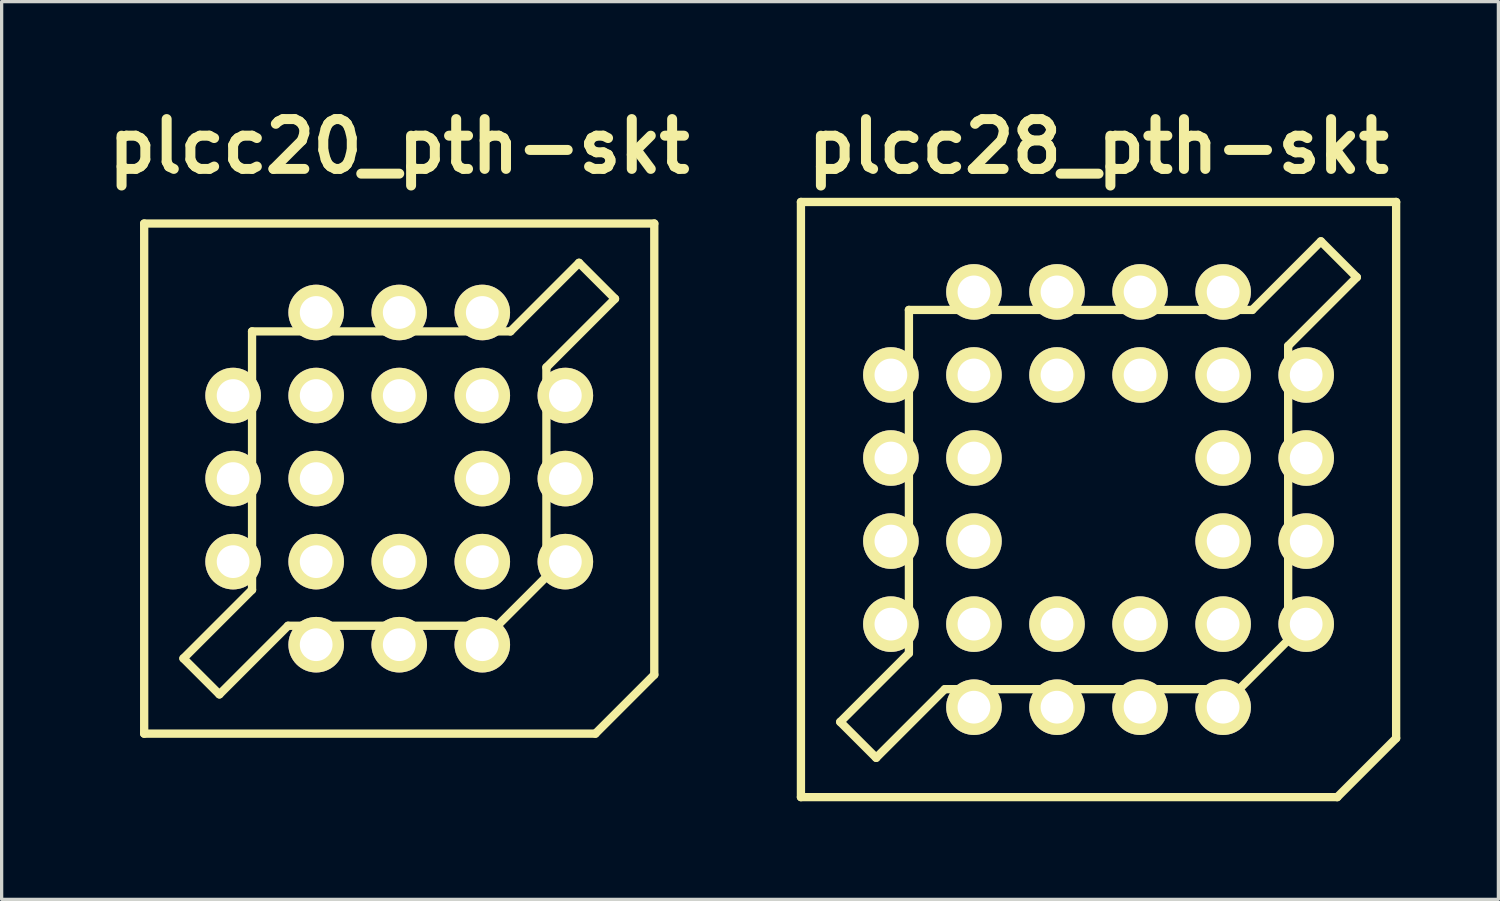
<source format=kicad_pcb>
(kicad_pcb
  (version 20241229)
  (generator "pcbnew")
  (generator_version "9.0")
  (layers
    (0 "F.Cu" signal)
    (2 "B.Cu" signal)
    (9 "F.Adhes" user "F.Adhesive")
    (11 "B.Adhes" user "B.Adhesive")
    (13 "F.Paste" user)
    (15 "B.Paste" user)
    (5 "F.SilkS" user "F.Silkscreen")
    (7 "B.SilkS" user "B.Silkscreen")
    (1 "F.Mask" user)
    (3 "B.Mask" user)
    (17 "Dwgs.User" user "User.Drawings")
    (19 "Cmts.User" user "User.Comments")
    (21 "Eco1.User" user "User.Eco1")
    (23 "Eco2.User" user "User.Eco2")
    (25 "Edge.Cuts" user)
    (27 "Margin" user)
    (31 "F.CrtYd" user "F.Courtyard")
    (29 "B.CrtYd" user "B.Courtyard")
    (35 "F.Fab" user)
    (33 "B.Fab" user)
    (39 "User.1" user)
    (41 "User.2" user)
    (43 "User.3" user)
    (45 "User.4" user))
  (footprint "plcc28_pth-skt"
    (layer "F.Cu")
    (at 30.545 12.227)
    (property "Reference" "plcc28_pth-skt" (at 0 -10.8 0) (layer "F.SilkS") (effects (font (size 1.524 1.524) (thickness 0.305))))
    (attr through_hole)
    (fp_line (start -9.101 -9.101) (end -9.101 9.101) (stroke (width 0.254) (type solid)) (layer "F.SilkS"))
    (fp_line (start -9.101 9.101) (end 7.3 9.101) (stroke (width 0.254) (type solid)) (layer "F.SilkS"))
    (fp_line (start -7.899 6.8) (end -6.8 7.899) (stroke (width 0.254) (type solid)) (layer "F.SilkS"))
    (fp_line (start -6.8 7.897) (end -4.702 5.799) (stroke (width 0.254) (type solid)) (layer "F.SilkS"))
    (fp_line (start -5.801 4.702) (end -7.899 6.8) (stroke (width 0.254) (type solid)) (layer "F.SilkS"))
    (fp_line (start -5.799 -5.799) (end 4.699 -5.799) (stroke (width 0.254) (type solid)) (layer "F.SilkS"))
    (fp_line (start -5.799 4.699) (end -5.799 -5.799) (stroke (width 0.254) (type solid)) (layer "F.SilkS"))
    (fp_line (start 4.3 5.799) (end -4.699 5.799) (stroke (width 0.254) (type solid)) (layer "F.SilkS"))
    (fp_line (start 4.3 5.799) (end 5.799 4.3) (stroke (width 0.254) (type solid)) (layer "F.SilkS"))
    (fp_line (start 4.702 -5.799) (end 6.8 -7.897) (stroke (width 0.254) (type solid)) (layer "F.SilkS"))
    (fp_line (start 5.799 -4.699) (end 5.799 4.3) (stroke (width 0.254) (type solid)) (layer "F.SilkS"))
    (fp_line (start 6.8 -7.897) (end 7.899 -6.797) (stroke (width 0.254) (type solid)) (layer "F.SilkS"))
    (fp_line (start 7.3 9.101) (end 9.101 7.3) (stroke (width 0.254) (type solid)) (layer "F.SilkS"))
    (fp_line (start 7.899 -6.8) (end 5.801 -4.702) (stroke (width 0.254) (type solid)) (layer "F.SilkS"))
    (fp_line (start 9.101 -9.101) (end -9.101 -9.101) (stroke (width 0.254) (type solid)) (layer "F.SilkS"))
    (fp_line (start 9.101 7.3) (end 9.101 -9.101) (stroke (width 0.254) (type solid)) (layer "F.SilkS"))
    (pad "1" thru_hole circle (at -1.27 3.81) (size 1.699 1.699) (drill 1.001) (layers "*.Cu" "*.Mask" "F.SilkS"))
    (pad "2" thru_hole circle (at 1.27 6.35) (size 1.699 1.699) (drill 1.001) (layers "*.Cu" "*.Mask" "F.SilkS"))
    (pad "3" thru_hole circle (at 1.27 3.81) (size 1.699 1.699) (drill 1.001) (layers "*.Cu" "*.Mask" "F.SilkS"))
    (pad "4" thru_hole circle (at 3.81 6.35) (size 1.699 1.699) (drill 1.001) (layers "*.Cu" "*.Mask" "F.SilkS"))
    (pad "5" thru_hole circle (at 6.35 3.81) (size 1.699 1.699) (drill 1.001) (layers "*.Cu" "*.Mask" "F.SilkS"))
    (pad "6" thru_hole circle (at 3.81 3.81) (size 1.699 1.699) (drill 1.001) (layers "*.Cu" "*.Mask" "F.SilkS"))
    (pad "7" thru_hole circle (at 6.35 1.27) (size 1.699 1.699) (drill 1.001) (layers "*.Cu" "*.Mask" "F.SilkS"))
    (pad "8" thru_hole circle (at 3.81 1.27) (size 1.699 1.699) (drill 1.001) (layers "*.Cu" "*.Mask" "F.SilkS"))
    (pad "9" thru_hole circle (at 6.35 -1.27) (size 1.699 1.699) (drill 1.001) (layers "*.Cu" "*.Mask" "F.SilkS"))
    (pad "10" thru_hole circle (at 3.81 -1.27) (size 1.699 1.699) (drill 1.001) (layers "*.Cu" "*.Mask" "F.SilkS"))
    (pad "11" thru_hole circle (at 6.35 -3.81) (size 1.699 1.699) (drill 1.001) (layers "*.Cu" "*.Mask" "F.SilkS"))
    (pad "12" thru_hole circle (at 3.81 -6.35) (size 1.699 1.699) (drill 1.001) (layers "*.Cu" "*.Mask" "F.SilkS"))
    (pad "13" thru_hole circle (at 3.81 -3.81) (size 1.699 1.699) (drill 1.001) (layers "*.Cu" "*.Mask" "F.SilkS"))
    (pad "14" thru_hole circle (at 1.27 -6.35) (size 1.699 1.699) (drill 1.001) (layers "*.Cu" "*.Mask" "F.SilkS"))
    (pad "15" thru_hole circle (at 1.27 -3.81) (size 1.699 1.699) (drill 1.001) (layers "*.Cu" "*.Mask" "F.SilkS"))
    (pad "16" thru_hole circle (at -1.27 -6.35) (size 1.699 1.699) (drill 1.001) (layers "*.Cu" "*.Mask" "F.SilkS"))
    (pad "17" thru_hole circle (at -1.27 -3.81) (size 1.699 1.699) (drill 1.001) (layers "*.Cu" "*.Mask" "F.SilkS"))
    (pad "18" thru_hole circle (at -3.81 -6.35) (size 1.699 1.699) (drill 1.001) (layers "*.Cu" "*.Mask" "F.SilkS"))
    (pad "19" thru_hole circle (at -6.35 -3.81) (size 1.699 1.699) (drill 1.001) (layers "*.Cu" "*.Mask" "F.SilkS"))
    (pad "20" thru_hole circle (at -3.81 -3.81) (size 1.699 1.699) (drill 1.001) (layers "*.Cu" "*.Mask" "F.SilkS"))
    (pad "21" thru_hole circle (at -6.35 -1.27) (size 1.699 1.699) (drill 1.001) (layers "*.Cu" "*.Mask" "F.SilkS"))
    (pad "22" thru_hole circle (at -3.81 -1.27) (size 1.699 1.699) (drill 1.001) (layers "*.Cu" "*.Mask" "F.SilkS"))
    (pad "23" thru_hole circle (at -6.35 1.27) (size 1.699 1.699) (drill 1.001) (layers "*.Cu" "*.Mask" "F.SilkS"))
    (pad "24" thru_hole circle (at -3.81 1.27) (size 1.699 1.699) (drill 1.001) (layers "*.Cu" "*.Mask" "F.SilkS"))
    (pad "25" thru_hole circle (at -6.35 3.81) (size 1.699 1.699) (drill 1.001) (layers "*.Cu" "*.Mask" "F.SilkS"))
    (pad "26" thru_hole circle (at -3.81 6.35) (size 1.699 1.699) (drill 1.001) (layers "*.Cu" "*.Mask" "F.SilkS"))
    (pad "27" thru_hole circle (at -3.81 3.81) (size 1.699 1.699) (drill 1.001) (layers "*.Cu" "*.Mask" "F.SilkS"))
    (pad "28" thru_hole circle (at -1.27 6.35) (size 1.699 1.699) (drill 1.001) (layers "*.Cu" "*.Mask" "F.SilkS")))
  (footprint "plcc20_pth-skt"
    (layer "F.Cu")
    (at 9.159 11.586)
    (property "Reference" "plcc20_pth-skt" (at 0 -10.16 0) (layer "F.SilkS") (effects (font (size 1.524 1.524) (thickness 0.305))))
    (attr through_hole)
    (fp_line (start -7.8 -7.8) (end -7.8 7.8) (stroke (width 0.254) (type solid)) (layer "F.SilkS"))
    (fp_line (start -7.8 7.8) (end 5.999 7.8) (stroke (width 0.254) (type solid)) (layer "F.SilkS"))
    (fp_line (start -6.599 5.499) (end -5.499 6.599) (stroke (width 0.254) (type solid)) (layer "F.SilkS"))
    (fp_line (start -5.499 6.599) (end -3.401 4.501) (stroke (width 0.254) (type solid)) (layer "F.SilkS"))
    (fp_line (start -4.501 -4.501) (end 3.401 -4.501) (stroke (width 0.254) (type solid)) (layer "F.SilkS"))
    (fp_line (start -4.501 3.401) (end -6.599 5.499) (stroke (width 0.254) (type solid)) (layer "F.SilkS"))
    (fp_line (start -4.501 3.401) (end -4.501 -4.501) (stroke (width 0.254) (type solid)) (layer "F.SilkS"))
    (fp_line (start 3 4.501) (end -3.401 4.501) (stroke (width 0.254) (type solid)) (layer "F.SilkS"))
    (fp_line (start 3.401 -4.501) (end 5.499 -6.599) (stroke (width 0.254) (type solid)) (layer "F.SilkS"))
    (fp_line (start 4.501 -3.401) (end 4.501 3) (stroke (width 0.254) (type solid)) (layer "F.SilkS"))
    (fp_line (start 4.501 3) (end 3 4.501) (stroke (width 0.254) (type solid)) (layer "F.SilkS"))
    (fp_line (start 5.499 -6.599) (end 6.599 -5.499) (stroke (width 0.254) (type solid)) (layer "F.SilkS"))
    (fp_line (start 5.999 7.8) (end 7.8 5.999) (stroke (width 0.254) (type solid)) (layer "F.SilkS"))
    (fp_line (start 6.599 -5.499) (end 4.501 -3.401) (stroke (width 0.254) (type solid)) (layer "F.SilkS"))
    (fp_line (start 7.8 -7.8) (end -7.8 -7.8) (stroke (width 0.254) (type solid)) (layer "F.SilkS"))
    (fp_line (start 7.8 5.999) (end 7.8 -7.8) (stroke (width 0.254) (type solid)) (layer "F.SilkS"))
    (pad "1" thru_hole circle (at 0 5.08) (size 1.699 1.699) (drill 1.001) (layers "*.Cu" "*.Mask" "F.SilkS"))
    (pad "2" thru_hole circle (at 0 2.54) (size 1.699 1.699) (drill 1.001) (layers "*.Cu" "*.Mask" "F.SilkS"))
    (pad "3" thru_hole circle (at 2.54 5.08) (size 1.699 1.699) (drill 1.001) (layers "*.Cu" "*.Mask" "F.SilkS"))
    (pad "4" thru_hole circle (at 5.08 2.54) (size 1.699 1.699) (drill 1.001) (layers "*.Cu" "*.Mask" "F.SilkS"))
    (pad "5" thru_hole circle (at 2.54 2.54) (size 1.699 1.699) (drill 1.001) (layers "*.Cu" "*.Mask" "F.SilkS"))
    (pad "6" thru_hole circle (at 5.08 0) (size 1.699 1.699) (drill 1.001) (layers "*.Cu" "*.Mask" "F.SilkS"))
    (pad "7" thru_hole circle (at 2.54 0) (size 1.699 1.699) (drill 1.001) (layers "*.Cu" "*.Mask" "F.SilkS"))
    (pad "8" thru_hole circle (at 5.08 -2.54) (size 1.699 1.699) (drill 1.001) (layers "*.Cu" "*.Mask" "F.SilkS"))
    (pad "9" thru_hole circle (at 2.54 -5.08) (size 1.699 1.699) (drill 1.001) (layers "*.Cu" "*.Mask" "F.SilkS"))
    (pad "10" thru_hole circle (at 2.54 -2.54) (size 1.699 1.699) (drill 1.001) (layers "*.Cu" "*.Mask" "F.SilkS"))
    (pad "11" thru_hole circle (at 0 -5.08) (size 1.699 1.699) (drill 1.001) (layers "*.Cu" "*.Mask" "F.SilkS"))
    (pad "12" thru_hole circle (at 0 -2.54) (size 1.699 1.699) (drill 1.001) (layers "*.Cu" "*.Mask" "F.SilkS"))
    (pad "13" thru_hole circle (at -2.54 -5.08) (size 1.699 1.699) (drill 1.001) (layers "*.Cu" "*.Mask" "F.SilkS"))
    (pad "14" thru_hole circle (at -5.08 -2.54) (size 1.699 1.699) (drill 1.001) (layers "*.Cu" "*.Mask" "F.SilkS"))
    (pad "15" thru_hole circle (at -2.54 -2.54) (size 1.699 1.699) (drill 1.001) (layers "*.Cu" "*.Mask" "F.SilkS"))
    (pad "16" thru_hole circle (at -5.08 0) (size 1.699 1.699) (drill 1.001) (layers "*.Cu" "*.Mask" "F.SilkS"))
    (pad "17" thru_hole circle (at -2.54 0) (size 1.699 1.699) (drill 1.001) (layers "*.Cu" "*.Mask" "F.SilkS"))
    (pad "18" thru_hole circle (at -5.08 2.54) (size 1.699 1.699) (drill 1.001) (layers "*.Cu" "*.Mask" "F.SilkS"))
    (pad "19" thru_hole circle (at -2.54 5.08) (size 1.699 1.699) (drill 1.001) (layers "*.Cu" "*.Mask" "F.SilkS"))
    (pad "20" thru_hole circle (at -2.54 2.54) (size 1.699 1.699) (drill 1.001) (layers "*.Cu" "*.Mask" "F.SilkS")))
  (gr_rect
    (start -3 -3)
    (end 42.773 24.454)
    (stroke (width 0.1) (type default))
    (fill no)
    (layer "Edge.Cuts")))
</source>
